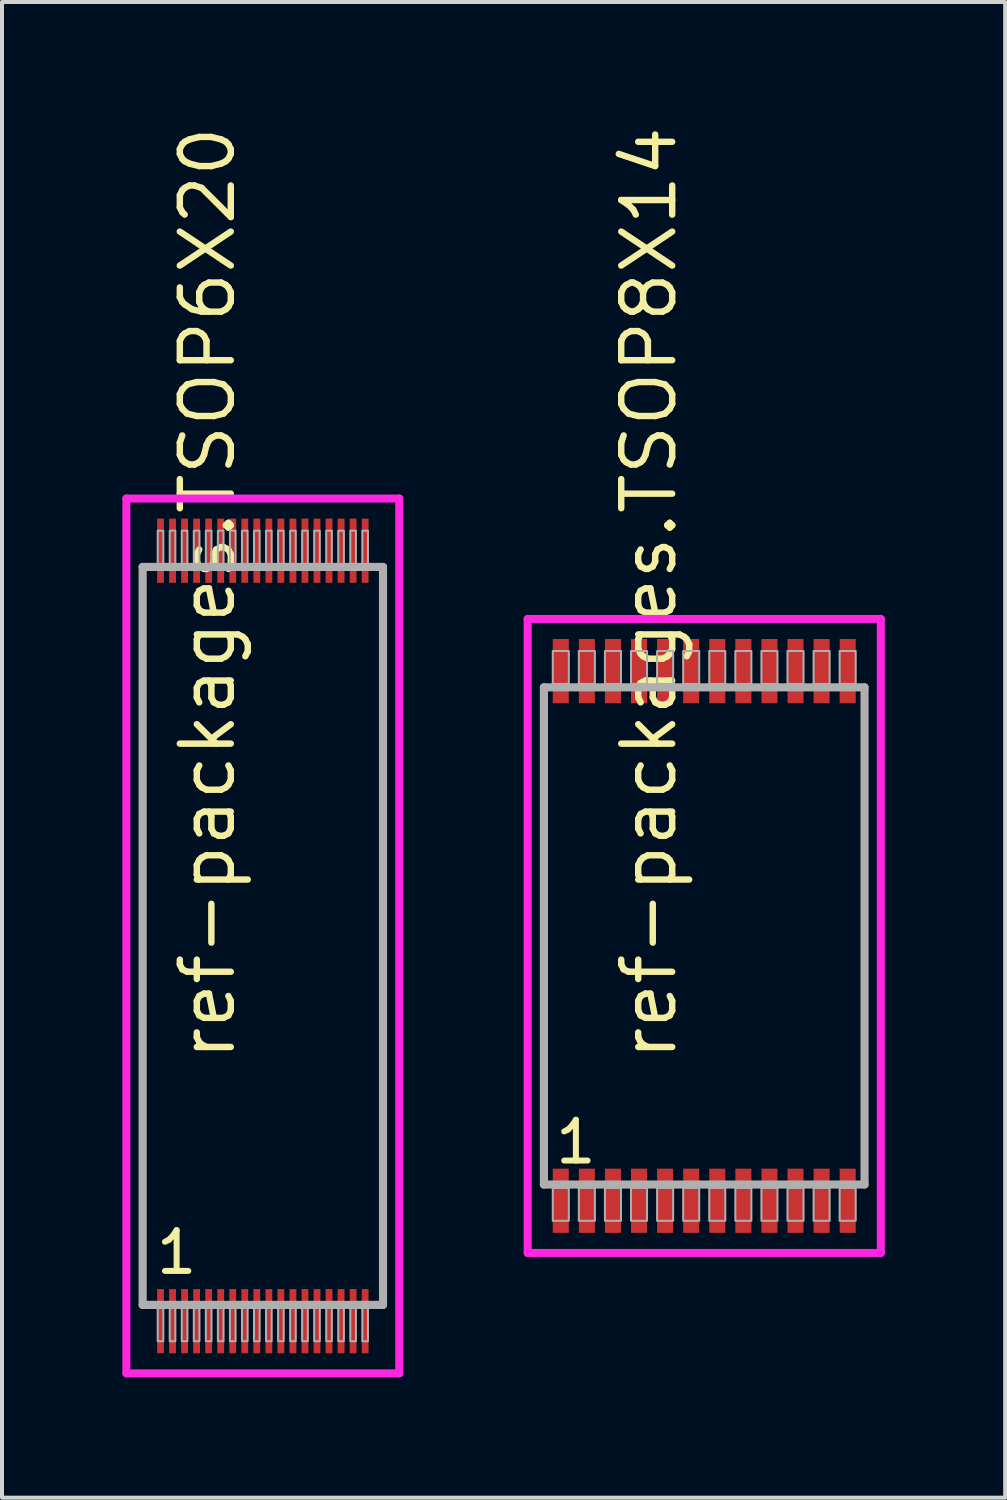
<source format=kicad_pcb>
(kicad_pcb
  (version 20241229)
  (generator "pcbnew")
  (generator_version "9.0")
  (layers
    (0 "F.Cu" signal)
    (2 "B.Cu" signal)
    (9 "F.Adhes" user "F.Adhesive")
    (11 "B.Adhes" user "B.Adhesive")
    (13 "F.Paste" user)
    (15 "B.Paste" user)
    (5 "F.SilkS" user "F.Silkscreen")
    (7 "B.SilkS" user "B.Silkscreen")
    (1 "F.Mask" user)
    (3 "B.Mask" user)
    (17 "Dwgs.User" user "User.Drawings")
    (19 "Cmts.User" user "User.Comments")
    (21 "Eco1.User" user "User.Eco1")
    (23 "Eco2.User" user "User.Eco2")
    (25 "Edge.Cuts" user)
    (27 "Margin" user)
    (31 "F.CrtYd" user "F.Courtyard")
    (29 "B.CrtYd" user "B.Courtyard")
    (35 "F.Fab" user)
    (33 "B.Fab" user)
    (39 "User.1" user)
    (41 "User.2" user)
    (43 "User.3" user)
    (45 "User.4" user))
  (footprint "ref-packages.TSOP8X14"
    (layer "F.Cu")
    (at 14.5 20.274)
    (property "Reference" "ref-packages.TSOP8X14" (at -0.635 3.175 90) (layer "F.SilkS") (effects (font (size 1.27 1.27) (thickness 0.16)) (justify left bottom)))
    (attr smd)
    (fp_line (start -4.4 -7.9) (end 4.4 -7.9) (stroke (width 0.2) (type default)) (layer "F.CrtYd"))
    (fp_line (start -4.4 7.9) (end -4.4 -7.9) (stroke (width 0.2) (type default)) (layer "F.CrtYd"))
    (fp_line (start 4.4 -7.9) (end 4.4 7.9) (stroke (width 0.2) (type default)) (layer "F.CrtYd"))
    (fp_line (start 4.4 7.9) (end -4.4 7.9) (stroke (width 0.2) (type default)) (layer "F.CrtYd"))
    (fp_line (start -3.995 -6.195) (end 3.995 -6.195) (stroke (width 0.203) (type default)) (layer "F.Fab"))
    (fp_line (start -3.995 6.195) (end -3.995 -6.195) (stroke (width 0.203) (type default)) (layer "F.Fab"))
    (fp_line (start 3.995 -6.195) (end 3.995 6.195) (stroke (width 0.203) (type default)) (layer "F.Fab"))
    (fp_line (start 3.995 6.195) (end -3.995 6.195) (stroke (width 0.203) (type default)) (layer "F.Fab"))
    (fp_rect (start -3.775 -6.28) (end -3.375 -7.1) (stroke (width 0.05) (type default)) (fill no) (layer "F.Fab"))
    (fp_rect (start -3.775 7.1) (end -3.375 6.28) (stroke (width 0.05) (type default)) (fill no) (layer "F.Fab"))
    (fp_rect (start -3.125 -6.28) (end -2.725 -7.1) (stroke (width 0.05) (type default)) (fill no) (layer "F.Fab"))
    (fp_rect (start -3.125 7.1) (end -2.725 6.28) (stroke (width 0.05) (type default)) (fill no) (layer "F.Fab"))
    (fp_rect (start -2.475 -6.28) (end -2.075 -7.1) (stroke (width 0.05) (type default)) (fill no) (layer "F.Fab"))
    (fp_rect (start -2.475 7.1) (end -2.075 6.28) (stroke (width 0.05) (type default)) (fill no) (layer "F.Fab"))
    (fp_rect (start -1.825 -6.28) (end -1.425 -7.1) (stroke (width 0.05) (type default)) (fill no) (layer "F.Fab"))
    (fp_rect (start -1.825 7.1) (end -1.425 6.28) (stroke (width 0.05) (type default)) (fill no) (layer "F.Fab"))
    (fp_rect (start -1.175 -6.28) (end -0.775 -7.1) (stroke (width 0.05) (type default)) (fill no) (layer "F.Fab"))
    (fp_rect (start -1.175 7.1) (end -0.775 6.28) (stroke (width 0.05) (type default)) (fill no) (layer "F.Fab"))
    (fp_rect (start -0.525 -6.28) (end -0.125 -7.1) (stroke (width 0.05) (type default)) (fill no) (layer "F.Fab"))
    (fp_rect (start -0.525 7.1) (end -0.125 6.28) (stroke (width 0.05) (type default)) (fill no) (layer "F.Fab"))
    (fp_rect (start 0.125 -6.28) (end 0.525 -7.1) (stroke (width 0.05) (type default)) (fill no) (layer "F.Fab"))
    (fp_rect (start 0.125 7.1) (end 0.525 6.28) (stroke (width 0.05) (type default)) (fill no) (layer "F.Fab"))
    (fp_rect (start 0.775 -6.28) (end 1.175 -7.1) (stroke (width 0.05) (type default)) (fill no) (layer "F.Fab"))
    (fp_rect (start 0.775 7.1) (end 1.175 6.28) (stroke (width 0.05) (type default)) (fill no) (layer "F.Fab"))
    (fp_rect (start 1.425 -6.28) (end 1.825 -7.1) (stroke (width 0.05) (type default)) (fill no) (layer "F.Fab"))
    (fp_rect (start 1.425 7.1) (end 1.825 6.28) (stroke (width 0.05) (type default)) (fill no) (layer "F.Fab"))
    (fp_rect (start 2.075 -6.28) (end 2.475 -7.1) (stroke (width 0.05) (type default)) (fill no) (layer "F.Fab"))
    (fp_rect (start 2.075 7.1) (end 2.475 6.28) (stroke (width 0.05) (type default)) (fill no) (layer "F.Fab"))
    (fp_rect (start 2.725 -6.28) (end 3.125 -7.1) (stroke (width 0.05) (type default)) (fill no) (layer "F.Fab"))
    (fp_rect (start 2.725 7.1) (end 3.125 6.28) (stroke (width 0.05) (type default)) (fill no) (layer "F.Fab"))
    (fp_rect (start 3.375 -6.28) (end 3.775 -7.1) (stroke (width 0.05) (type default)) (fill no) (layer "F.Fab"))
    (fp_rect (start 3.375 7.1) (end 3.775 6.28) (stroke (width 0.05) (type default)) (fill no) (layer "F.Fab"))
    (fp_text user "1" (at -3.781 5.73 0) (layer "F.SilkS") (effects (font (size 1.016 1.016) (thickness 0.15)) (justify left bottom)))
    (pad "1" smd roundrect (at -3.575 6.6) (size 0.4 1.6) (layers "F.Cu" "F.Mask" "F.Paste") (roundrect_rratio 0.01))
    (pad "2" smd roundrect (at -2.925 6.6) (size 0.4 1.6) (layers "F.Cu" "F.Mask" "F.Paste") (roundrect_rratio 0.01))
    (pad "3" smd roundrect (at -2.275 6.6) (size 0.4 1.6) (layers "F.Cu" "F.Mask" "F.Paste") (roundrect_rratio 0.01))
    (pad "4" smd roundrect (at -1.625 6.6) (size 0.4 1.6) (layers "F.Cu" "F.Mask" "F.Paste") (roundrect_rratio 0.01))
    (pad "5" smd roundrect (at -0.975 6.6) (size 0.4 1.6) (layers "F.Cu" "F.Mask" "F.Paste") (roundrect_rratio 0.01))
    (pad "6" smd roundrect (at -0.325 6.6) (size 0.4 1.6) (layers "F.Cu" "F.Mask" "F.Paste") (roundrect_rratio 0.01))
    (pad "7" smd roundrect (at 0.325 6.6) (size 0.4 1.6) (layers "F.Cu" "F.Mask" "F.Paste") (roundrect_rratio 0.01))
    (pad "8" smd roundrect (at 0.975 6.6) (size 0.4 1.6) (layers "F.Cu" "F.Mask" "F.Paste") (roundrect_rratio 0.01))
    (pad "9" smd roundrect (at 1.625 6.6) (size 0.4 1.6) (layers "F.Cu" "F.Mask" "F.Paste") (roundrect_rratio 0.01))
    (pad "10" smd roundrect (at 2.275 6.6) (size 0.4 1.6) (layers "F.Cu" "F.Mask" "F.Paste") (roundrect_rratio 0.01))
    (pad "11" smd roundrect (at 2.925 6.6) (size 0.4 1.6) (layers "F.Cu" "F.Mask" "F.Paste") (roundrect_rratio 0.01))
    (pad "12" smd roundrect (at 3.575 6.6) (size 0.4 1.6) (layers "F.Cu" "F.Mask" "F.Paste") (roundrect_rratio 0.01))
    (pad "13" smd roundrect (at 3.575 -6.6) (size 0.4 1.6) (layers "F.Cu" "F.Mask" "F.Paste") (roundrect_rratio 0.01))
    (pad "14" smd roundrect (at 2.925 -6.6) (size 0.4 1.6) (layers "F.Cu" "F.Mask" "F.Paste") (roundrect_rratio 0.01))
    (pad "15" smd roundrect (at 2.275 -6.6) (size 0.4 1.6) (layers "F.Cu" "F.Mask" "F.Paste") (roundrect_rratio 0.01))
    (pad "16" smd roundrect (at 1.625 -6.6) (size 0.4 1.6) (layers "F.Cu" "F.Mask" "F.Paste") (roundrect_rratio 0.01))
    (pad "17" smd roundrect (at 0.975 -6.6) (size 0.4 1.6) (layers "F.Cu" "F.Mask" "F.Paste") (roundrect_rratio 0.01))
    (pad "18" smd roundrect (at 0.325 -6.6) (size 0.4 1.6) (layers "F.Cu" "F.Mask" "F.Paste") (roundrect_rratio 0.01))
    (pad "19" smd roundrect (at -0.325 -6.6) (size 0.4 1.6) (layers "F.Cu" "F.Mask" "F.Paste") (roundrect_rratio 0.01))
    (pad "20" smd roundrect (at -0.975 -6.6) (size 0.4 1.6) (layers "F.Cu" "F.Mask" "F.Paste") (roundrect_rratio 0.01))
    (pad "21" smd roundrect (at -1.625 -6.6) (size 0.4 1.6) (layers "F.Cu" "F.Mask" "F.Paste") (roundrect_rratio 0.01))
    (pad "22" smd roundrect (at -2.275 -6.6) (size 0.4 1.6) (layers "F.Cu" "F.Mask" "F.Paste") (roundrect_rratio 0.01))
    (pad "23" smd roundrect (at -2.925 -6.6) (size 0.4 1.6) (layers "F.Cu" "F.Mask" "F.Paste") (roundrect_rratio 0.01))
    (pad "24" smd roundrect (at -3.575 -6.6) (size 0.4 1.6) (layers "F.Cu" "F.Mask" "F.Paste") (roundrect_rratio 0.01)))
  (footprint "ref-packages.TSOP6X20"
    (layer "F.Cu")
    (at 3.5 20.274)
    (property "Reference" "ref-packages.TSOP6X20" (at -0.635 3.175 90) (layer "F.SilkS") (effects (font (size 1.27 1.27) (thickness 0.16)) (justify left bottom)))
    (attr smd)
    (fp_line (start -3.4 -10.9) (end 3.4 -10.9) (stroke (width 0.2) (type default)) (layer "F.CrtYd"))
    (fp_line (start -3.4 10.9) (end -3.4 -10.9) (stroke (width 0.2) (type default)) (layer "F.CrtYd"))
    (fp_line (start 3.4 -10.9) (end 3.4 10.9) (stroke (width 0.2) (type default)) (layer "F.CrtYd"))
    (fp_line (start 3.4 10.9) (end -3.4 10.9) (stroke (width 0.2) (type default)) (layer "F.CrtYd"))
    (fp_line (start -2.995 -9.195) (end 2.995 -9.195) (stroke (width 0.203) (type default)) (layer "F.Fab"))
    (fp_line (start -2.995 9.195) (end -2.995 -9.195) (stroke (width 0.203) (type default)) (layer "F.Fab"))
    (fp_line (start 2.995 -9.195) (end 2.995 9.195) (stroke (width 0.203) (type default)) (layer "F.Fab"))
    (fp_line (start 2.995 9.195) (end -2.995 9.195) (stroke (width 0.203) (type default)) (layer "F.Fab"))
    (fp_rect (start -2.62 -9.25) (end -2.48 -10.1) (stroke (width 0.05) (type default)) (fill no) (layer "F.Fab"))
    (fp_rect (start -2.62 10.1) (end -2.48 9.25) (stroke (width 0.05) (type default)) (fill no) (layer "F.Fab"))
    (fp_rect (start -2.32 -9.25) (end -2.18 -10.1) (stroke (width 0.05) (type default)) (fill no) (layer "F.Fab"))
    (fp_rect (start -2.32 10.1) (end -2.18 9.25) (stroke (width 0.05) (type default)) (fill no) (layer "F.Fab"))
    (fp_rect (start -2.02 -9.25) (end -1.88 -10.1) (stroke (width 0.05) (type default)) (fill no) (layer "F.Fab"))
    (fp_rect (start -2.02 10.1) (end -1.88 9.25) (stroke (width 0.05) (type default)) (fill no) (layer "F.Fab"))
    (fp_rect (start -1.72 -9.25) (end -1.58 -10.1) (stroke (width 0.05) (type default)) (fill no) (layer "F.Fab"))
    (fp_rect (start -1.72 10.1) (end -1.58 9.25) (stroke (width 0.05) (type default)) (fill no) (layer "F.Fab"))
    (fp_rect (start -1.42 -9.25) (end -1.28 -10.1) (stroke (width 0.05) (type default)) (fill no) (layer "F.Fab"))
    (fp_rect (start -1.42 10.1) (end -1.28 9.25) (stroke (width 0.05) (type default)) (fill no) (layer "F.Fab"))
    (fp_rect (start -1.12 -9.25) (end -0.98 -10.1) (stroke (width 0.05) (type default)) (fill no) (layer "F.Fab"))
    (fp_rect (start -1.12 10.1) (end -0.98 9.25) (stroke (width 0.05) (type default)) (fill no) (layer "F.Fab"))
    (fp_rect (start -0.82 -9.25) (end -0.68 -10.1) (stroke (width 0.05) (type default)) (fill no) (layer "F.Fab"))
    (fp_rect (start -0.82 10.1) (end -0.68 9.25) (stroke (width 0.05) (type default)) (fill no) (layer "F.Fab"))
    (fp_rect (start -0.52 -9.25) (end -0.38 -10.1) (stroke (width 0.05) (type default)) (fill no) (layer "F.Fab"))
    (fp_rect (start -0.52 10.1) (end -0.38 9.25) (stroke (width 0.05) (type default)) (fill no) (layer "F.Fab"))
    (fp_rect (start -0.22 -9.25) (end -0.08 -10.1) (stroke (width 0.05) (type default)) (fill no) (layer "F.Fab"))
    (fp_rect (start -0.22 10.1) (end -0.08 9.25) (stroke (width 0.05) (type default)) (fill no) (layer "F.Fab"))
    (fp_rect (start 0.08 -9.25) (end 0.22 -10.1) (stroke (width 0.05) (type default)) (fill no) (layer "F.Fab"))
    (fp_rect (start 0.08 10.1) (end 0.22 9.25) (stroke (width 0.05) (type default)) (fill no) (layer "F.Fab"))
    (fp_rect (start 0.38 -9.25) (end 0.52 -10.1) (stroke (width 0.05) (type default)) (fill no) (layer "F.Fab"))
    (fp_rect (start 0.38 10.1) (end 0.52 9.25) (stroke (width 0.05) (type default)) (fill no) (layer "F.Fab"))
    (fp_rect (start 0.68 -9.25) (end 0.82 -10.1) (stroke (width 0.05) (type default)) (fill no) (layer "F.Fab"))
    (fp_rect (start 0.68 10.1) (end 0.82 9.25) (stroke (width 0.05) (type default)) (fill no) (layer "F.Fab"))
    (fp_rect (start 0.98 -9.25) (end 1.12 -10.1) (stroke (width 0.05) (type default)) (fill no) (layer "F.Fab"))
    (fp_rect (start 0.98 10.1) (end 1.12 9.25) (stroke (width 0.05) (type default)) (fill no) (layer "F.Fab"))
    (fp_rect (start 1.28 -9.25) (end 1.42 -10.1) (stroke (width 0.05) (type default)) (fill no) (layer "F.Fab"))
    (fp_rect (start 1.28 10.1) (end 1.42 9.25) (stroke (width 0.05) (type default)) (fill no) (layer "F.Fab"))
    (fp_rect (start 1.58 -9.25) (end 1.72 -10.1) (stroke (width 0.05) (type default)) (fill no) (layer "F.Fab"))
    (fp_rect (start 1.58 10.1) (end 1.72 9.25) (stroke (width 0.05) (type default)) (fill no) (layer "F.Fab"))
    (fp_rect (start 1.88 -9.25) (end 2.02 -10.1) (stroke (width 0.05) (type default)) (fill no) (layer "F.Fab"))
    (fp_rect (start 1.88 10.1) (end 2.02 9.25) (stroke (width 0.05) (type default)) (fill no) (layer "F.Fab"))
    (fp_rect (start 2.18 -9.25) (end 2.32 -10.1) (stroke (width 0.05) (type default)) (fill no) (layer "F.Fab"))
    (fp_rect (start 2.18 10.1) (end 2.32 9.25) (stroke (width 0.05) (type default)) (fill no) (layer "F.Fab"))
    (fp_rect (start 2.48 -9.25) (end 2.62 -10.1) (stroke (width 0.05) (type default)) (fill no) (layer "F.Fab"))
    (fp_rect (start 2.48 10.1) (end 2.62 9.25) (stroke (width 0.05) (type default)) (fill no) (layer "F.Fab"))
    (fp_text user "1" (at -2.731 8.48 0) (layer "F.SilkS") (effects (font (size 1.016 1.016) (thickness 0.15)) (justify left bottom)))
    (pad "1" smd roundrect (at -2.55 9.6) (size 0.17 1.6) (layers "F.Cu" "F.Mask" "F.Paste") (roundrect_rratio 0.01))
    (pad "2" smd roundrect (at -2.25 9.6) (size 0.17 1.6) (layers "F.Cu" "F.Mask" "F.Paste") (roundrect_rratio 0.01))
    (pad "3" smd roundrect (at -1.95 9.6) (size 0.17 1.6) (layers "F.Cu" "F.Mask" "F.Paste") (roundrect_rratio 0.01))
    (pad "4" smd roundrect (at -1.65 9.6) (size 0.17 1.6) (layers "F.Cu" "F.Mask" "F.Paste") (roundrect_rratio 0.01))
    (pad "5" smd roundrect (at -1.35 9.6) (size 0.17 1.6) (layers "F.Cu" "F.Mask" "F.Paste") (roundrect_rratio 0.01))
    (pad "6" smd roundrect (at -1.05 9.6) (size 0.17 1.6) (layers "F.Cu" "F.Mask" "F.Paste") (roundrect_rratio 0.01))
    (pad "7" smd roundrect (at -0.75 9.6) (size 0.17 1.6) (layers "F.Cu" "F.Mask" "F.Paste") (roundrect_rratio 0.01))
    (pad "8" smd roundrect (at -0.45 9.6) (size 0.17 1.6) (layers "F.Cu" "F.Mask" "F.Paste") (roundrect_rratio 0.01))
    (pad "9" smd roundrect (at -0.15 9.6) (size 0.17 1.6) (layers "F.Cu" "F.Mask" "F.Paste") (roundrect_rratio 0.01))
    (pad "10" smd roundrect (at 0.15 9.6) (size 0.17 1.6) (layers "F.Cu" "F.Mask" "F.Paste") (roundrect_rratio 0.01))
    (pad "11" smd roundrect (at 0.45 9.6) (size 0.17 1.6) (layers "F.Cu" "F.Mask" "F.Paste") (roundrect_rratio 0.01))
    (pad "12" smd roundrect (at 0.75 9.6) (size 0.17 1.6) (layers "F.Cu" "F.Mask" "F.Paste") (roundrect_rratio 0.01))
    (pad "13" smd roundrect (at 1.05 9.6) (size 0.17 1.6) (layers "F.Cu" "F.Mask" "F.Paste") (roundrect_rratio 0.01))
    (pad "14" smd roundrect (at 1.35 9.6) (size 0.17 1.6) (layers "F.Cu" "F.Mask" "F.Paste") (roundrect_rratio 0.01))
    (pad "15" smd roundrect (at 1.65 9.6) (size 0.17 1.6) (layers "F.Cu" "F.Mask" "F.Paste") (roundrect_rratio 0.01))
    (pad "16" smd roundrect (at 1.95 9.6) (size 0.17 1.6) (layers "F.Cu" "F.Mask" "F.Paste") (roundrect_rratio 0.01))
    (pad "17" smd roundrect (at 2.25 9.6) (size 0.17 1.6) (layers "F.Cu" "F.Mask" "F.Paste") (roundrect_rratio 0.01))
    (pad "18" smd roundrect (at 2.55 9.6) (size 0.17 1.6) (layers "F.Cu" "F.Mask" "F.Paste") (roundrect_rratio 0.01))
    (pad "19" smd roundrect (at 2.55 -9.6) (size 0.17 1.6) (layers "F.Cu" "F.Mask" "F.Paste") (roundrect_rratio 0.01))
    (pad "20" smd roundrect (at 2.25 -9.6) (size 0.17 1.6) (layers "F.Cu" "F.Mask" "F.Paste") (roundrect_rratio 0.01))
    (pad "21" smd roundrect (at 1.95 -9.6) (size 0.17 1.6) (layers "F.Cu" "F.Mask" "F.Paste") (roundrect_rratio 0.01))
    (pad "22" smd roundrect (at 1.65 -9.6) (size 0.17 1.6) (layers "F.Cu" "F.Mask" "F.Paste") (roundrect_rratio 0.01))
    (pad "23" smd roundrect (at 1.35 -9.6) (size 0.17 1.6) (layers "F.Cu" "F.Mask" "F.Paste") (roundrect_rratio 0.01))
    (pad "24" smd roundrect (at 1.05 -9.6) (size 0.17 1.6) (layers "F.Cu" "F.Mask" "F.Paste") (roundrect_rratio 0.01))
    (pad "25" smd roundrect (at 0.75 -9.6) (size 0.17 1.6) (layers "F.Cu" "F.Mask" "F.Paste") (roundrect_rratio 0.01))
    (pad "26" smd roundrect (at 0.45 -9.6) (size 0.17 1.6) (layers "F.Cu" "F.Mask" "F.Paste") (roundrect_rratio 0.01))
    (pad "27" smd roundrect (at 0.15 -9.6) (size 0.17 1.6) (layers "F.Cu" "F.Mask" "F.Paste") (roundrect_rratio 0.01))
    (pad "28" smd roundrect (at -0.15 -9.6) (size 0.17 1.6) (layers "F.Cu" "F.Mask" "F.Paste") (roundrect_rratio 0.01))
    (pad "29" smd roundrect (at -0.45 -9.6) (size 0.17 1.6) (layers "F.Cu" "F.Mask" "F.Paste") (roundrect_rratio 0.01))
    (pad "30" smd roundrect (at -0.75 -9.6) (size 0.17 1.6) (layers "F.Cu" "F.Mask" "F.Paste") (roundrect_rratio 0.01))
    (pad "31" smd roundrect (at -1.05 -9.6) (size 0.17 1.6) (layers "F.Cu" "F.Mask" "F.Paste") (roundrect_rratio 0.01))
    (pad "32" smd roundrect (at -1.35 -9.6) (size 0.17 1.6) (layers "F.Cu" "F.Mask" "F.Paste") (roundrect_rratio 0.01))
    (pad "33" smd roundrect (at -1.65 -9.6) (size 0.17 1.6) (layers "F.Cu" "F.Mask" "F.Paste") (roundrect_rratio 0.01))
    (pad "34" smd roundrect (at -1.95 -9.6) (size 0.17 1.6) (layers "F.Cu" "F.Mask" "F.Paste") (roundrect_rratio 0.01))
    (pad "35" smd roundrect (at -2.25 -9.6) (size 0.17 1.6) (layers "F.Cu" "F.Mask" "F.Paste") (roundrect_rratio 0.01))
    (pad "36" smd roundrect (at -2.55 -9.6) (size 0.17 1.6) (layers "F.Cu" "F.Mask" "F.Paste") (roundrect_rratio 0.01)))
  (gr_rect
    (start -3 -3)
    (end 22 34.274)
    (stroke (width 0.1) (type default))
    (fill no)
    (layer "Edge.Cuts")))
</source>
